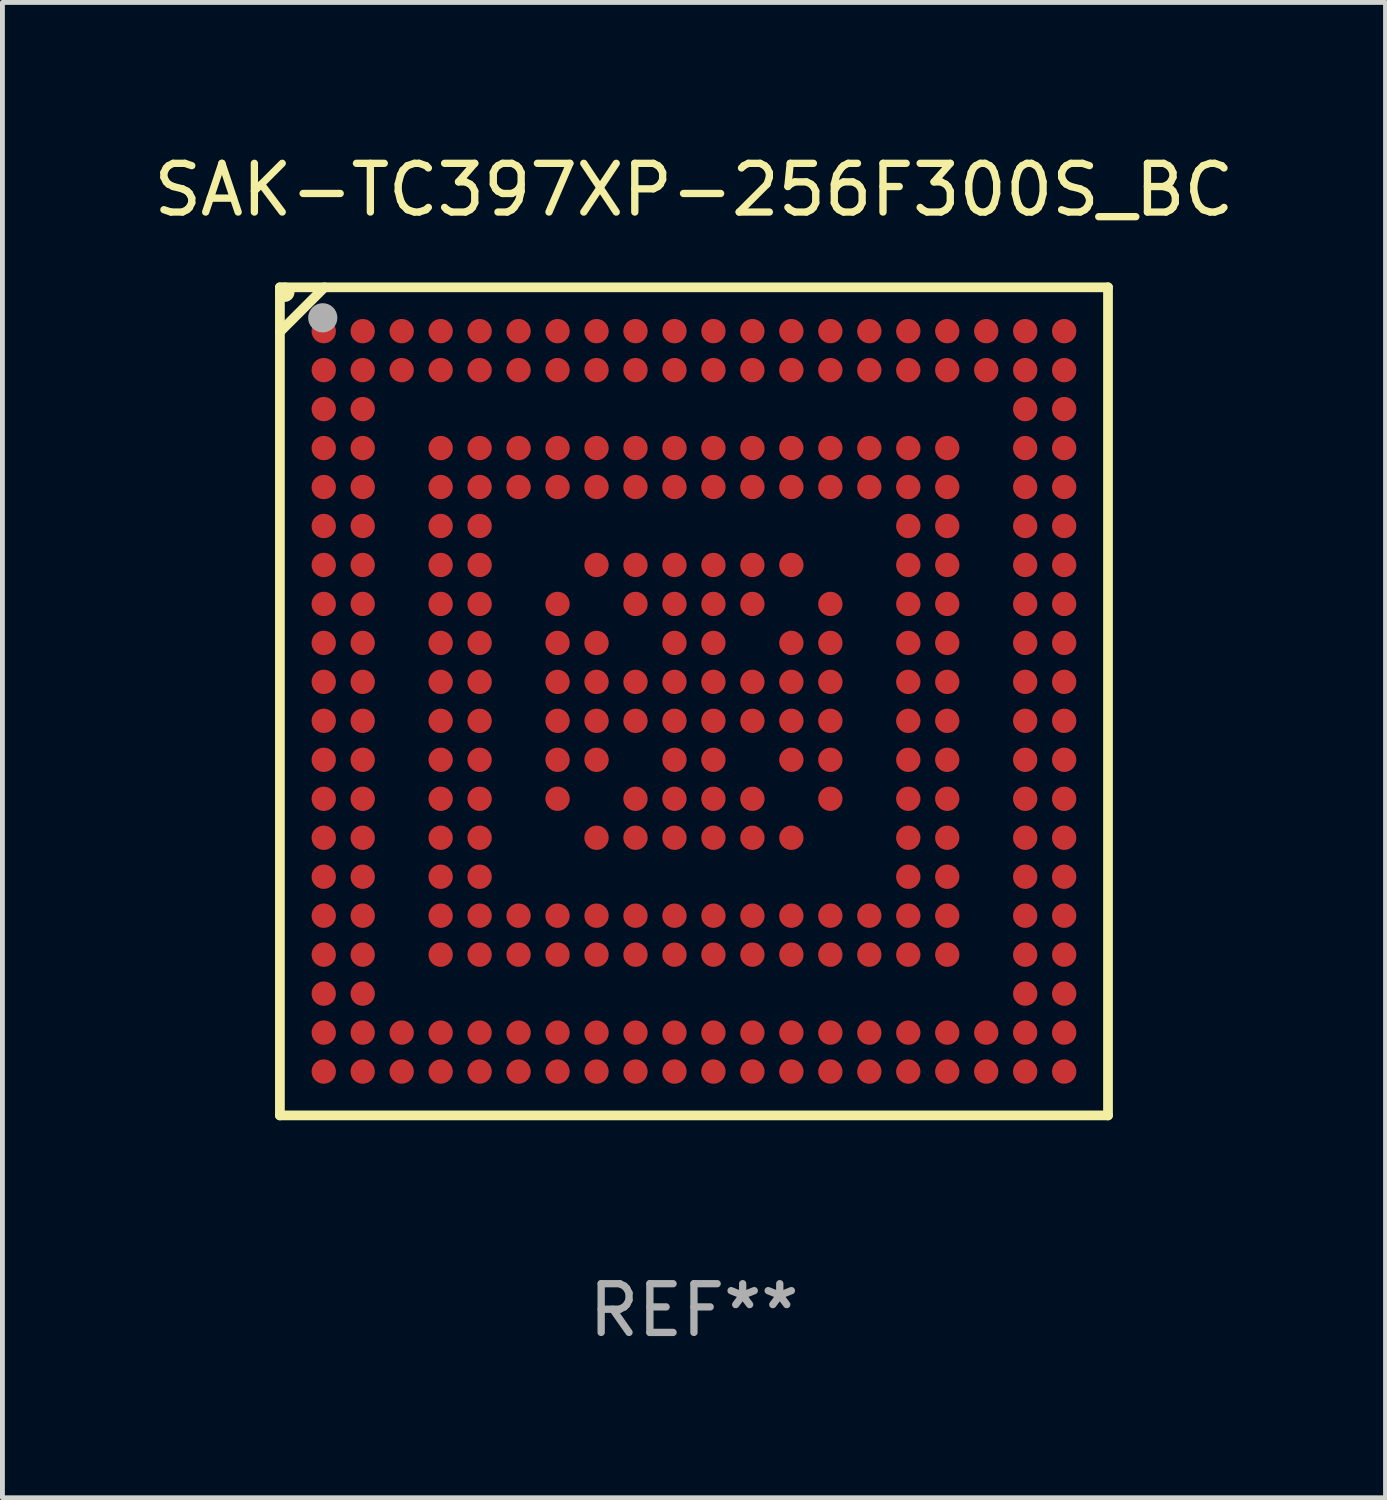
<source format=kicad_pcb>
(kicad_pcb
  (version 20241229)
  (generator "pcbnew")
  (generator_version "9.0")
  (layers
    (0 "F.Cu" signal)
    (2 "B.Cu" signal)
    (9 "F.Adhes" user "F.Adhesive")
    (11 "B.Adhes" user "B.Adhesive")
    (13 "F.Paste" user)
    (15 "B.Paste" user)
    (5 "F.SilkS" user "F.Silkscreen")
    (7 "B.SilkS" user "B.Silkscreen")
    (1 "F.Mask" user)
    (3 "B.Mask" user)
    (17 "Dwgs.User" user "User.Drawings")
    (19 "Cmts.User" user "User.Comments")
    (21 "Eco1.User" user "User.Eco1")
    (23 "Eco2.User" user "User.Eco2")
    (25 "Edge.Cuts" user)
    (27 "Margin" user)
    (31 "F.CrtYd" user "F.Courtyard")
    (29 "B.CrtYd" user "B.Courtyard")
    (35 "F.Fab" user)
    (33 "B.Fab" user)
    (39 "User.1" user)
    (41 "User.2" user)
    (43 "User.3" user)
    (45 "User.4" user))
  (footprint "SAK-TC397XP-256F300S_BC"
    (layer "F.Cu")
    (at 11.196 11.348)
    (property "Reference" "SAK-TC397XP-256F300S_BC" (at 0 -10.5 0) (layer "F.SilkS") (effects (font (size 1 1) (thickness 0.15))))
    (attr through_hole)
    (fp_line (start -8.5 -8.5) (end -8.5 8.5) (stroke (width 0.2) (type solid)) (layer "F.SilkS"))
    (fp_line (start -8.5 -7.584) (end -7.584 -8.5) (stroke (width 0.2) (type solid)) (layer "F.SilkS"))
    (fp_line (start -8.5 8.5) (end 8.5 8.5) (stroke (width 0.2) (type solid)) (layer "F.SilkS"))
    (fp_line (start 8.5 -8.5) (end -8.5 -8.5) (stroke (width 0.2) (type solid)) (layer "F.SilkS"))
    (fp_line (start 8.5 8.5) (end 8.5 -8.5) (stroke (width 0.2) (type solid)) (layer "F.SilkS"))
    (fp_circle (center -8.4 -8.4) (end -8.3 -8.4) (stroke (width 0.2) (type solid)) (fill no) (layer "F.SilkS"))
    (fp_circle (center -7.62 -7.874) (end -7.47 -7.874) (stroke (width 0.3) (type solid)) (fill no) (layer "F.Fab"))
    (fp_text user "REF**" (at 0 12.5 0) (layer "F.Fab") (effects (font (size 1 1) (thickness 0.15))))
    (pad "A1" smd circle (at -7.6 -7.6) (size 0.5 0.5) (layers "F.Cu" "F.Mask" "F.Paste"))
    (pad "A2" smd circle (at -6.8 -7.6) (size 0.5 0.5) (layers "F.Cu" "F.Mask" "F.Paste"))
    (pad "A3" smd circle (at -6 -7.6) (size 0.5 0.5) (layers "F.Cu" "F.Mask" "F.Paste"))
    (pad "A4" smd circle (at -5.2 -7.6) (size 0.5 0.5) (layers "F.Cu" "F.Mask" "F.Paste"))
    (pad "A5" smd circle (at -4.4 -7.6) (size 0.5 0.5) (layers "F.Cu" "F.Mask" "F.Paste"))
    (pad "A6" smd circle (at -3.6 -7.6) (size 0.5 0.5) (layers "F.Cu" "F.Mask" "F.Paste"))
    (pad "A7" smd circle (at -2.8 -7.6) (size 0.5 0.5) (layers "F.Cu" "F.Mask" "F.Paste"))
    (pad "A8" smd circle (at -2 -7.6) (size 0.5 0.5) (layers "F.Cu" "F.Mask" "F.Paste"))
    (pad "A9" smd circle (at -1.2 -7.6) (size 0.5 0.5) (layers "F.Cu" "F.Mask" "F.Paste"))
    (pad "A10" smd circle (at -0.4 -7.6) (size 0.5 0.5) (layers "F.Cu" "F.Mask" "F.Paste"))
    (pad "A11" smd circle (at 0.4 -7.6) (size 0.5 0.5) (layers "F.Cu" "F.Mask" "F.Paste"))
    (pad "A12" smd circle (at 1.2 -7.6) (size 0.5 0.5) (layers "F.Cu" "F.Mask" "F.Paste"))
    (pad "A13" smd circle (at 2 -7.6) (size 0.5 0.5) (layers "F.Cu" "F.Mask" "F.Paste"))
    (pad "A14" smd circle (at 2.8 -7.6) (size 0.5 0.5) (layers "F.Cu" "F.Mask" "F.Paste"))
    (pad "A15" smd circle (at 3.6 -7.6) (size 0.5 0.5) (layers "F.Cu" "F.Mask" "F.Paste"))
    (pad "A16" smd circle (at 4.4 -7.6) (size 0.5 0.5) (layers "F.Cu" "F.Mask" "F.Paste"))
    (pad "A17" smd circle (at 5.2 -7.6) (size 0.5 0.5) (layers "F.Cu" "F.Mask" "F.Paste"))
    (pad "A18" smd circle (at 6 -7.6) (size 0.5 0.5) (layers "F.Cu" "F.Mask" "F.Paste"))
    (pad "A19" smd circle (at 6.8 -7.6) (size 0.5 0.5) (layers "F.Cu" "F.Mask" "F.Paste"))
    (pad "A20" smd circle (at 7.6 -7.6) (size 0.5 0.5) (layers "F.Cu" "F.Mask" "F.Paste"))
    (pad "B1" smd circle (at -7.6 -6.8) (size 0.5 0.5) (layers "F.Cu" "F.Mask" "F.Paste"))
    (pad "B2" smd circle (at -6.8 -6.8) (size 0.5 0.5) (layers "F.Cu" "F.Mask" "F.Paste"))
    (pad "B3" smd circle (at -6 -6.8) (size 0.5 0.5) (layers "F.Cu" "F.Mask" "F.Paste"))
    (pad "B4" smd circle (at -5.2 -6.8) (size 0.5 0.5) (layers "F.Cu" "F.Mask" "F.Paste"))
    (pad "B5" smd circle (at -4.4 -6.8) (size 0.5 0.5) (layers "F.Cu" "F.Mask" "F.Paste"))
    (pad "B6" smd circle (at -3.6 -6.8) (size 0.5 0.5) (layers "F.Cu" "F.Mask" "F.Paste"))
    (pad "B7" smd circle (at -2.8 -6.8) (size 0.5 0.5) (layers "F.Cu" "F.Mask" "F.Paste"))
    (pad "B8" smd circle (at -2 -6.8) (size 0.5 0.5) (layers "F.Cu" "F.Mask" "F.Paste"))
    (pad "B9" smd circle (at -1.2 -6.8) (size 0.5 0.5) (layers "F.Cu" "F.Mask" "F.Paste"))
    (pad "B10" smd circle (at -0.4 -6.8) (size 0.5 0.5) (layers "F.Cu" "F.Mask" "F.Paste"))
    (pad "B11" smd circle (at 0.4 -6.8) (size 0.5 0.5) (layers "F.Cu" "F.Mask" "F.Paste"))
    (pad "B12" smd circle (at 1.2 -6.8) (size 0.5 0.5) (layers "F.Cu" "F.Mask" "F.Paste"))
    (pad "B13" smd circle (at 2 -6.8) (size 0.5 0.5) (layers "F.Cu" "F.Mask" "F.Paste"))
    (pad "B14" smd circle (at 2.8 -6.8) (size 0.5 0.5) (layers "F.Cu" "F.Mask" "F.Paste"))
    (pad "B15" smd circle (at 3.6 -6.8) (size 0.5 0.5) (layers "F.Cu" "F.Mask" "F.Paste"))
    (pad "B16" smd circle (at 4.4 -6.8) (size 0.5 0.5) (layers "F.Cu" "F.Mask" "F.Paste"))
    (pad "B17" smd circle (at 5.2 -6.8) (size 0.5 0.5) (layers "F.Cu" "F.Mask" "F.Paste"))
    (pad "B18" smd circle (at 6 -6.8) (size 0.5 0.5) (layers "F.Cu" "F.Mask" "F.Paste"))
    (pad "B19" smd circle (at 6.8 -6.8) (size 0.5 0.5) (layers "F.Cu" "F.Mask" "F.Paste"))
    (pad "B20" smd circle (at 7.6 -6.8) (size 0.5 0.5) (layers "F.Cu" "F.Mask" "F.Paste"))
    (pad "C1" smd circle (at -7.6 -6) (size 0.5 0.5) (layers "F.Cu" "F.Mask" "F.Paste"))
    (pad "C2" smd circle (at -6.8 -6) (size 0.5 0.5) (layers "F.Cu" "F.Mask" "F.Paste"))
    (pad "C19" smd circle (at 6.8 -6) (size 0.5 0.5) (layers "F.Cu" "F.Mask" "F.Paste"))
    (pad "C20" smd circle (at 7.6 -6) (size 0.5 0.5) (layers "F.Cu" "F.Mask" "F.Paste"))
    (pad "D1" smd circle (at -7.6 -5.2) (size 0.5 0.5) (layers "F.Cu" "F.Mask" "F.Paste"))
    (pad "D2" smd circle (at -6.8 -5.2) (size 0.5 0.5) (layers "F.Cu" "F.Mask" "F.Paste"))
    (pad "D4" smd circle (at -5.2 -5.2) (size 0.5 0.5) (layers "F.Cu" "F.Mask" "F.Paste"))
    (pad "D5" smd circle (at -4.4 -5.2) (size 0.5 0.5) (layers "F.Cu" "F.Mask" "F.Paste"))
    (pad "D6" smd circle (at -3.6 -5.2) (size 0.5 0.5) (layers "F.Cu" "F.Mask" "F.Paste"))
    (pad "D7" smd circle (at -2.8 -5.2) (size 0.5 0.5) (layers "F.Cu" "F.Mask" "F.Paste"))
    (pad "D8" smd circle (at -2 -5.2) (size 0.5 0.5) (layers "F.Cu" "F.Mask" "F.Paste"))
    (pad "D9" smd circle (at -1.2 -5.2) (size 0.5 0.5) (layers "F.Cu" "F.Mask" "F.Paste"))
    (pad "D10" smd circle (at -0.4 -5.2) (size 0.5 0.5) (layers "F.Cu" "F.Mask" "F.Paste"))
    (pad "D11" smd circle (at 0.4 -5.2) (size 0.5 0.5) (layers "F.Cu" "F.Mask" "F.Paste"))
    (pad "D12" smd circle (at 1.2 -5.2) (size 0.5 0.5) (layers "F.Cu" "F.Mask" "F.Paste"))
    (pad "D13" smd circle (at 2 -5.2) (size 0.5 0.5) (layers "F.Cu" "F.Mask" "F.Paste"))
    (pad "D14" smd circle (at 2.8 -5.2) (size 0.5 0.5) (layers "F.Cu" "F.Mask" "F.Paste"))
    (pad "D15" smd circle (at 3.6 -5.2) (size 0.5 0.5) (layers "F.Cu" "F.Mask" "F.Paste"))
    (pad "D16" smd circle (at 4.4 -5.2) (size 0.5 0.5) (layers "F.Cu" "F.Mask" "F.Paste"))
    (pad "D17" smd circle (at 5.2 -5.2) (size 0.5 0.5) (layers "F.Cu" "F.Mask" "F.Paste"))
    (pad "D19" smd circle (at 6.8 -5.2) (size 0.5 0.5) (layers "F.Cu" "F.Mask" "F.Paste"))
    (pad "D20" smd circle (at 7.6 -5.2) (size 0.5 0.5) (layers "F.Cu" "F.Mask" "F.Paste"))
    (pad "E1" smd circle (at -7.6 -4.4) (size 0.5 0.5) (layers "F.Cu" "F.Mask" "F.Paste"))
    (pad "E2" smd circle (at -6.8 -4.4) (size 0.5 0.5) (layers "F.Cu" "F.Mask" "F.Paste"))
    (pad "E4" smd circle (at -5.2 -4.4) (size 0.5 0.5) (layers "F.Cu" "F.Mask" "F.Paste"))
    (pad "E5" smd circle (at -4.4 -4.4) (size 0.5 0.5) (layers "F.Cu" "F.Mask" "F.Paste"))
    (pad "E6" smd circle (at -3.6 -4.4) (size 0.5 0.5) (layers "F.Cu" "F.Mask" "F.Paste"))
    (pad "E7" smd circle (at -2.8 -4.4) (size 0.5 0.5) (layers "F.Cu" "F.Mask" "F.Paste"))
    (pad "E8" smd circle (at -2 -4.4) (size 0.5 0.5) (layers "F.Cu" "F.Mask" "F.Paste"))
    (pad "E9" smd circle (at -1.2 -4.4) (size 0.5 0.5) (layers "F.Cu" "F.Mask" "F.Paste"))
    (pad "E10" smd circle (at -0.4 -4.4) (size 0.5 0.5) (layers "F.Cu" "F.Mask" "F.Paste"))
    (pad "E11" smd circle (at 0.4 -4.4) (size 0.5 0.5) (layers "F.Cu" "F.Mask" "F.Paste"))
    (pad "E12" smd circle (at 1.2 -4.4) (size 0.5 0.5) (layers "F.Cu" "F.Mask" "F.Paste"))
    (pad "E13" smd circle (at 2 -4.4) (size 0.5 0.5) (layers "F.Cu" "F.Mask" "F.Paste"))
    (pad "E14" smd circle (at 2.8 -4.4) (size 0.5 0.5) (layers "F.Cu" "F.Mask" "F.Paste"))
    (pad "E15" smd circle (at 3.6 -4.4) (size 0.5 0.5) (layers "F.Cu" "F.Mask" "F.Paste"))
    (pad "E16" smd circle (at 4.4 -4.4) (size 0.5 0.5) (layers "F.Cu" "F.Mask" "F.Paste"))
    (pad "E17" smd circle (at 5.2 -4.4) (size 0.5 0.5) (layers "F.Cu" "F.Mask" "F.Paste"))
    (pad "E19" smd circle (at 6.8 -4.4) (size 0.5 0.5) (layers "F.Cu" "F.Mask" "F.Paste"))
    (pad "E20" smd circle (at 7.6 -4.4) (size 0.5 0.5) (layers "F.Cu" "F.Mask" "F.Paste"))
    (pad "F1" smd circle (at -7.6 -3.6) (size 0.5 0.5) (layers "F.Cu" "F.Mask" "F.Paste"))
    (pad "F2" smd circle (at -6.8 -3.6) (size 0.5 0.5) (layers "F.Cu" "F.Mask" "F.Paste"))
    (pad "F4" smd circle (at -5.2 -3.6) (size 0.5 0.5) (layers "F.Cu" "F.Mask" "F.Paste"))
    (pad "F5" smd circle (at -4.4 -3.6) (size 0.5 0.5) (layers "F.Cu" "F.Mask" "F.Paste"))
    (pad "F16" smd circle (at 4.4 -3.6) (size 0.5 0.5) (layers "F.Cu" "F.Mask" "F.Paste"))
    (pad "F17" smd circle (at 5.2 -3.6) (size 0.5 0.5) (layers "F.Cu" "F.Mask" "F.Paste"))
    (pad "F19" smd circle (at 6.8 -3.6) (size 0.5 0.5) (layers "F.Cu" "F.Mask" "F.Paste"))
    (pad "F20" smd circle (at 7.6 -3.6) (size 0.5 0.5) (layers "F.Cu" "F.Mask" "F.Paste"))
    (pad "G1" smd circle (at -7.6 -2.8) (size 0.5 0.5) (layers "F.Cu" "F.Mask" "F.Paste"))
    (pad "G2" smd circle (at -6.8 -2.8) (size 0.5 0.5) (layers "F.Cu" "F.Mask" "F.Paste"))
    (pad "G4" smd circle (at -5.2 -2.8) (size 0.5 0.5) (layers "F.Cu" "F.Mask" "F.Paste"))
    (pad "G5" smd circle (at -4.4 -2.8) (size 0.5 0.5) (layers "F.Cu" "F.Mask" "F.Paste"))
    (pad "G8" smd circle (at -2 -2.8) (size 0.5 0.5) (layers "F.Cu" "F.Mask" "F.Paste"))
    (pad "G9" smd circle (at -1.2 -2.8) (size 0.5 0.5) (layers "F.Cu" "F.Mask" "F.Paste"))
    (pad "G10" smd circle (at -0.4 -2.8) (size 0.5 0.5) (layers "F.Cu" "F.Mask" "F.Paste"))
    (pad "G11" smd circle (at 0.4 -2.8) (size 0.5 0.5) (layers "F.Cu" "F.Mask" "F.Paste"))
    (pad "G12" smd circle (at 1.2 -2.8) (size 0.5 0.5) (layers "F.Cu" "F.Mask" "F.Paste"))
    (pad "G13" smd circle (at 2 -2.8) (size 0.5 0.5) (layers "F.Cu" "F.Mask" "F.Paste"))
    (pad "G16" smd circle (at 4.4 -2.8) (size 0.5 0.5) (layers "F.Cu" "F.Mask" "F.Paste"))
    (pad "G17" smd circle (at 5.2 -2.8) (size 0.5 0.5) (layers "F.Cu" "F.Mask" "F.Paste"))
    (pad "G19" smd circle (at 6.8 -2.8) (size 0.5 0.5) (layers "F.Cu" "F.Mask" "F.Paste"))
    (pad "G20" smd circle (at 7.6 -2.8) (size 0.5 0.5) (layers "F.Cu" "F.Mask" "F.Paste"))
    (pad "H1" smd circle (at -7.6 -2) (size 0.5 0.5) (layers "F.Cu" "F.Mask" "F.Paste"))
    (pad "H2" smd circle (at -6.8 -2) (size 0.5 0.5) (layers "F.Cu" "F.Mask" "F.Paste"))
    (pad "H4" smd circle (at -5.2 -2) (size 0.5 0.5) (layers "F.Cu" "F.Mask" "F.Paste"))
    (pad "H5" smd circle (at -4.4 -2) (size 0.5 0.5) (layers "F.Cu" "F.Mask" "F.Paste"))
    (pad "H7" smd circle (at -2.8 -2) (size 0.5 0.5) (layers "F.Cu" "F.Mask" "F.Paste"))
    (pad "H9" smd circle (at -1.2 -2) (size 0.5 0.5) (layers "F.Cu" "F.Mask" "F.Paste"))
    (pad "H10" smd circle (at -0.4 -2) (size 0.5 0.5) (layers "F.Cu" "F.Mask" "F.Paste"))
    (pad "H11" smd circle (at 0.4 -2) (size 0.5 0.5) (layers "F.Cu" "F.Mask" "F.Paste"))
    (pad "H12" smd circle (at 1.2 -2) (size 0.5 0.5) (layers "F.Cu" "F.Mask" "F.Paste"))
    (pad "H14" smd circle (at 2.8 -2) (size 0.5 0.5) (layers "F.Cu" "F.Mask" "F.Paste"))
    (pad "H16" smd circle (at 4.4 -2) (size 0.5 0.5) (layers "F.Cu" "F.Mask" "F.Paste"))
    (pad "H17" smd circle (at 5.2 -2) (size 0.5 0.5) (layers "F.Cu" "F.Mask" "F.Paste"))
    (pad "H19" smd circle (at 6.8 -2) (size 0.5 0.5) (layers "F.Cu" "F.Mask" "F.Paste"))
    (pad "H20" smd circle (at 7.6 -2) (size 0.5 0.5) (layers "F.Cu" "F.Mask" "F.Paste"))
    (pad "J1" smd circle (at -7.6 -1.2) (size 0.5 0.5) (layers "F.Cu" "F.Mask" "F.Paste"))
    (pad "J2" smd circle (at -6.8 -1.2) (size 0.5 0.5) (layers "F.Cu" "F.Mask" "F.Paste"))
    (pad "J4" smd circle (at -5.2 -1.2) (size 0.5 0.5) (layers "F.Cu" "F.Mask" "F.Paste"))
    (pad "J5" smd circle (at -4.4 -1.2) (size 0.5 0.5) (layers "F.Cu" "F.Mask" "F.Paste"))
    (pad "J7" smd circle (at -2.8 -1.2) (size 0.5 0.5) (layers "F.Cu" "F.Mask" "F.Paste"))
    (pad "J8" smd circle (at -2 -1.2) (size 0.5 0.5) (layers "F.Cu" "F.Mask" "F.Paste"))
    (pad "J10" smd circle (at -0.4 -1.2) (size 0.5 0.5) (layers "F.Cu" "F.Mask" "F.Paste"))
    (pad "J11" smd circle (at 0.4 -1.2) (size 0.5 0.5) (layers "F.Cu" "F.Mask" "F.Paste"))
    (pad "J13" smd circle (at 2 -1.2) (size 0.5 0.5) (layers "F.Cu" "F.Mask" "F.Paste"))
    (pad "J14" smd circle (at 2.8 -1.2) (size 0.5 0.5) (layers "F.Cu" "F.Mask" "F.Paste"))
    (pad "J16" smd circle (at 4.4 -1.2) (size 0.5 0.5) (layers "F.Cu" "F.Mask" "F.Paste"))
    (pad "J17" smd circle (at 5.2 -1.2) (size 0.5 0.5) (layers "F.Cu" "F.Mask" "F.Paste"))
    (pad "J19" smd circle (at 6.8 -1.2) (size 0.5 0.5) (layers "F.Cu" "F.Mask" "F.Paste"))
    (pad "J20" smd circle (at 7.6 -1.2) (size 0.5 0.5) (layers "F.Cu" "F.Mask" "F.Paste"))
    (pad "K1" smd circle (at -7.6 -0.4) (size 0.5 0.5) (layers "F.Cu" "F.Mask" "F.Paste"))
    (pad "K2" smd circle (at -6.8 -0.4) (size 0.5 0.5) (layers "F.Cu" "F.Mask" "F.Paste"))
    (pad "K4" smd circle (at -5.2 -0.4) (size 0.5 0.5) (layers "F.Cu" "F.Mask" "F.Paste"))
    (pad "K5" smd circle (at -4.4 -0.4) (size 0.5 0.5) (layers "F.Cu" "F.Mask" "F.Paste"))
    (pad "K7" smd circle (at -2.8 -0.4) (size 0.5 0.5) (layers "F.Cu" "F.Mask" "F.Paste"))
    (pad "K8" smd circle (at -2 -0.4) (size 0.5 0.5) (layers "F.Cu" "F.Mask" "F.Paste"))
    (pad "K9" smd circle (at -1.2 -0.4) (size 0.5 0.5) (layers "F.Cu" "F.Mask" "F.Paste"))
    (pad "K10" smd circle (at -0.4 -0.4) (size 0.5 0.5) (layers "F.Cu" "F.Mask" "F.Paste"))
    (pad "K11" smd circle (at 0.4 -0.4) (size 0.5 0.5) (layers "F.Cu" "F.Mask" "F.Paste"))
    (pad "K12" smd circle (at 1.2 -0.4) (size 0.5 0.5) (layers "F.Cu" "F.Mask" "F.Paste"))
    (pad "K13" smd circle (at 2 -0.4) (size 0.5 0.5) (layers "F.Cu" "F.Mask" "F.Paste"))
    (pad "K14" smd circle (at 2.8 -0.4) (size 0.5 0.5) (layers "F.Cu" "F.Mask" "F.Paste"))
    (pad "K16" smd circle (at 4.4 -0.4) (size 0.5 0.5) (layers "F.Cu" "F.Mask" "F.Paste"))
    (pad "K17" smd circle (at 5.2 -0.4) (size 0.5 0.5) (layers "F.Cu" "F.Mask" "F.Paste"))
    (pad "K19" smd circle (at 6.8 -0.4) (size 0.5 0.5) (layers "F.Cu" "F.Mask" "F.Paste"))
    (pad "K20" smd circle (at 7.6 -0.4) (size 0.5 0.5) (layers "F.Cu" "F.Mask" "F.Paste"))
    (pad "L1" smd circle (at -7.6 0.4) (size 0.5 0.5) (layers "F.Cu" "F.Mask" "F.Paste"))
    (pad "L2" smd circle (at -6.8 0.4) (size 0.5 0.5) (layers "F.Cu" "F.Mask" "F.Paste"))
    (pad "L4" smd circle (at -5.2 0.4) (size 0.5 0.5) (layers "F.Cu" "F.Mask" "F.Paste"))
    (pad "L5" smd circle (at -4.4 0.4) (size 0.5 0.5) (layers "F.Cu" "F.Mask" "F.Paste"))
    (pad "L7" smd circle (at -2.8 0.4) (size 0.5 0.5) (layers "F.Cu" "F.Mask" "F.Paste"))
    (pad "L8" smd circle (at -2 0.4) (size 0.5 0.5) (layers "F.Cu" "F.Mask" "F.Paste"))
    (pad "L9" smd circle (at -1.2 0.4) (size 0.5 0.5) (layers "F.Cu" "F.Mask" "F.Paste"))
    (pad "L10" smd circle (at -0.4 0.4) (size 0.5 0.5) (layers "F.Cu" "F.Mask" "F.Paste"))
    (pad "L11" smd circle (at 0.4 0.4) (size 0.5 0.5) (layers "F.Cu" "F.Mask" "F.Paste"))
    (pad "L12" smd circle (at 1.2 0.4) (size 0.5 0.5) (layers "F.Cu" "F.Mask" "F.Paste"))
    (pad "L13" smd circle (at 2 0.4) (size 0.5 0.5) (layers "F.Cu" "F.Mask" "F.Paste"))
    (pad "L14" smd circle (at 2.8 0.4) (size 0.5 0.5) (layers "F.Cu" "F.Mask" "F.Paste"))
    (pad "L16" smd circle (at 4.4 0.4) (size 0.5 0.5) (layers "F.Cu" "F.Mask" "F.Paste"))
    (pad "L17" smd circle (at 5.2 0.4) (size 0.5 0.5) (layers "F.Cu" "F.Mask" "F.Paste"))
    (pad "L19" smd circle (at 6.8 0.4) (size 0.5 0.5) (layers "F.Cu" "F.Mask" "F.Paste"))
    (pad "L20" smd circle (at 7.6 0.4) (size 0.5 0.5) (layers "F.Cu" "F.Mask" "F.Paste"))
    (pad "M1" smd circle (at -7.6 1.2) (size 0.5 0.5) (layers "F.Cu" "F.Mask" "F.Paste"))
    (pad "M2" smd circle (at -6.8 1.2) (size 0.5 0.5) (layers "F.Cu" "F.Mask" "F.Paste"))
    (pad "M4" smd circle (at -5.2 1.2) (size 0.5 0.5) (layers "F.Cu" "F.Mask" "F.Paste"))
    (pad "M5" smd circle (at -4.4 1.2) (size 0.5 0.5) (layers "F.Cu" "F.Mask" "F.Paste"))
    (pad "M7" smd circle (at -2.8 1.2) (size 0.5 0.5) (layers "F.Cu" "F.Mask" "F.Paste"))
    (pad "M8" smd circle (at -2 1.2) (size 0.5 0.5) (layers "F.Cu" "F.Mask" "F.Paste"))
    (pad "M10" smd circle (at -0.4 1.2) (size 0.5 0.5) (layers "F.Cu" "F.Mask" "F.Paste"))
    (pad "M11" smd circle (at 0.4 1.2) (size 0.5 0.5) (layers "F.Cu" "F.Mask" "F.Paste"))
    (pad "M13" smd circle (at 2 1.2) (size 0.5 0.5) (layers "F.Cu" "F.Mask" "F.Paste"))
    (pad "M14" smd circle (at 2.8 1.2) (size 0.5 0.5) (layers "F.Cu" "F.Mask" "F.Paste"))
    (pad "M16" smd circle (at 4.4 1.2) (size 0.5 0.5) (layers "F.Cu" "F.Mask" "F.Paste"))
    (pad "M17" smd circle (at 5.2 1.2) (size 0.5 0.5) (layers "F.Cu" "F.Mask" "F.Paste"))
    (pad "M19" smd circle (at 6.8 1.2) (size 0.5 0.5) (layers "F.Cu" "F.Mask" "F.Paste"))
    (pad "M20" smd circle (at 7.6 1.2) (size 0.5 0.5) (layers "F.Cu" "F.Mask" "F.Paste"))
    (pad "N1" smd circle (at -7.6 2) (size 0.5 0.5) (layers "F.Cu" "F.Mask" "F.Paste"))
    (pad "N2" smd circle (at -6.8 2) (size 0.5 0.5) (layers "F.Cu" "F.Mask" "F.Paste"))
    (pad "N4" smd circle (at -5.2 2) (size 0.5 0.5) (layers "F.Cu" "F.Mask" "F.Paste"))
    (pad "N5" smd circle (at -4.4 2) (size 0.5 0.5) (layers "F.Cu" "F.Mask" "F.Paste"))
    (pad "N7" smd circle (at -2.8 2) (size 0.5 0.5) (layers "F.Cu" "F.Mask" "F.Paste"))
    (pad "N9" smd circle (at -1.2 2) (size 0.5 0.5) (layers "F.Cu" "F.Mask" "F.Paste"))
    (pad "N10" smd circle (at -0.4 2) (size 0.5 0.5) (layers "F.Cu" "F.Mask" "F.Paste"))
    (pad "N11" smd circle (at 0.4 2) (size 0.5 0.5) (layers "F.Cu" "F.Mask" "F.Paste"))
    (pad "N12" smd circle (at 1.2 2) (size 0.5 0.5) (layers "F.Cu" "F.Mask" "F.Paste"))
    (pad "N14" smd circle (at 2.8 2) (size 0.5 0.5) (layers "F.Cu" "F.Mask" "F.Paste"))
    (pad "N16" smd circle (at 4.4 2) (size 0.5 0.5) (layers "F.Cu" "F.Mask" "F.Paste"))
    (pad "N17" smd circle (at 5.2 2) (size 0.5 0.5) (layers "F.Cu" "F.Mask" "F.Paste"))
    (pad "N19" smd circle (at 6.8 2) (size 0.5 0.5) (layers "F.Cu" "F.Mask" "F.Paste"))
    (pad "N20" smd circle (at 7.6 2) (size 0.5 0.5) (layers "F.Cu" "F.Mask" "F.Paste"))
    (pad "P1" smd circle (at -7.6 2.8) (size 0.5 0.5) (layers "F.Cu" "F.Mask" "F.Paste"))
    (pad "P2" smd circle (at -6.8 2.8) (size 0.5 0.5) (layers "F.Cu" "F.Mask" "F.Paste"))
    (pad "P4" smd circle (at -5.2 2.8) (size 0.5 0.5) (layers "F.Cu" "F.Mask" "F.Paste"))
    (pad "P5" smd circle (at -4.4 2.8) (size 0.5 0.5) (layers "F.Cu" "F.Mask" "F.Paste"))
    (pad "P8" smd circle (at -2 2.8) (size 0.5 0.5) (layers "F.Cu" "F.Mask" "F.Paste"))
    (pad "P9" smd circle (at -1.2 2.8) (size 0.5 0.5) (layers "F.Cu" "F.Mask" "F.Paste"))
    (pad "P10" smd circle (at -0.4 2.8) (size 0.5 0.5) (layers "F.Cu" "F.Mask" "F.Paste"))
    (pad "P11" smd circle (at 0.4 2.8) (size 0.5 0.5) (layers "F.Cu" "F.Mask" "F.Paste"))
    (pad "P12" smd circle (at 1.2 2.8) (size 0.5 0.5) (layers "F.Cu" "F.Mask" "F.Paste"))
    (pad "P13" smd circle (at 2 2.8) (size 0.5 0.5) (layers "F.Cu" "F.Mask" "F.Paste"))
    (pad "P16" smd circle (at 4.4 2.8) (size 0.5 0.5) (layers "F.Cu" "F.Mask" "F.Paste"))
    (pad "P17" smd circle (at 5.2 2.8) (size 0.5 0.5) (layers "F.Cu" "F.Mask" "F.Paste"))
    (pad "P19" smd circle (at 6.8 2.8) (size 0.5 0.5) (layers "F.Cu" "F.Mask" "F.Paste"))
    (pad "P20" smd circle (at 7.6 2.8) (size 0.5 0.5) (layers "F.Cu" "F.Mask" "F.Paste"))
    (pad "R1" smd circle (at -7.6 3.6) (size 0.5 0.5) (layers "F.Cu" "F.Mask" "F.Paste"))
    (pad "R2" smd circle (at -6.8 3.6) (size 0.5 0.5) (layers "F.Cu" "F.Mask" "F.Paste"))
    (pad "R4" smd circle (at -5.2 3.6) (size 0.5 0.5) (layers "F.Cu" "F.Mask" "F.Paste"))
    (pad "R5" smd circle (at -4.4 3.6) (size 0.5 0.5) (layers "F.Cu" "F.Mask" "F.Paste"))
    (pad "R16" smd circle (at 4.4 3.6) (size 0.5 0.5) (layers "F.Cu" "F.Mask" "F.Paste"))
    (pad "R17" smd circle (at 5.2 3.6) (size 0.5 0.5) (layers "F.Cu" "F.Mask" "F.Paste"))
    (pad "R19" smd circle (at 6.8 3.6) (size 0.5 0.5) (layers "F.Cu" "F.Mask" "F.Paste"))
    (pad "R20" smd circle (at 7.6 3.6) (size 0.5 0.5) (layers "F.Cu" "F.Mask" "F.Paste"))
    (pad "T1" smd circle (at -7.6 4.4) (size 0.5 0.5) (layers "F.Cu" "F.Mask" "F.Paste"))
    (pad "T2" smd circle (at -6.8 4.4) (size 0.5 0.5) (layers "F.Cu" "F.Mask" "F.Paste"))
    (pad "T4" smd circle (at -5.2 4.4) (size 0.5 0.5) (layers "F.Cu" "F.Mask" "F.Paste"))
    (pad "T5" smd circle (at -4.4 4.4) (size 0.5 0.5) (layers "F.Cu" "F.Mask" "F.Paste"))
    (pad "T6" smd circle (at -3.6 4.4) (size 0.5 0.5) (layers "F.Cu" "F.Mask" "F.Paste"))
    (pad "T7" smd circle (at -2.8 4.4) (size 0.5 0.5) (layers "F.Cu" "F.Mask" "F.Paste"))
    (pad "T8" smd circle (at -2 4.4) (size 0.5 0.5) (layers "F.Cu" "F.Mask" "F.Paste"))
    (pad "T9" smd circle (at -1.2 4.4) (size 0.5 0.5) (layers "F.Cu" "F.Mask" "F.Paste"))
    (pad "T10" smd circle (at -0.4 4.4) (size 0.5 0.5) (layers "F.Cu" "F.Mask" "F.Paste"))
    (pad "T11" smd circle (at 0.4 4.4) (size 0.5 0.5) (layers "F.Cu" "F.Mask" "F.Paste"))
    (pad "T12" smd circle (at 1.2 4.4) (size 0.5 0.5) (layers "F.Cu" "F.Mask" "F.Paste"))
    (pad "T13" smd circle (at 2 4.4) (size 0.5 0.5) (layers "F.Cu" "F.Mask" "F.Paste"))
    (pad "T14" smd circle (at 2.8 4.4) (size 0.5 0.5) (layers "F.Cu" "F.Mask" "F.Paste"))
    (pad "T15" smd circle (at 3.6 4.4) (size 0.5 0.5) (layers "F.Cu" "F.Mask" "F.Paste"))
    (pad "T16" smd circle (at 4.4 4.4) (size 0.5 0.5) (layers "F.Cu" "F.Mask" "F.Paste"))
    (pad "T17" smd circle (at 5.2 4.4) (size 0.5 0.5) (layers "F.Cu" "F.Mask" "F.Paste"))
    (pad "T19" smd circle (at 6.8 4.4) (size 0.5 0.5) (layers "F.Cu" "F.Mask" "F.Paste"))
    (pad "T20" smd circle (at 7.6 4.4) (size 0.5 0.5) (layers "F.Cu" "F.Mask" "F.Paste"))
    (pad "U1" smd circle (at -7.6 5.2) (size 0.5 0.5) (layers "F.Cu" "F.Mask" "F.Paste"))
    (pad "U2" smd circle (at -6.8 5.2) (size 0.5 0.5) (layers "F.Cu" "F.Mask" "F.Paste"))
    (pad "U4" smd circle (at -5.2 5.2) (size 0.5 0.5) (layers "F.Cu" "F.Mask" "F.Paste"))
    (pad "U5" smd circle (at -4.4 5.2) (size 0.5 0.5) (layers "F.Cu" "F.Mask" "F.Paste"))
    (pad "U6" smd circle (at -3.6 5.2) (size 0.5 0.5) (layers "F.Cu" "F.Mask" "F.Paste"))
    (pad "U7" smd circle (at -2.8 5.2) (size 0.5 0.5) (layers "F.Cu" "F.Mask" "F.Paste"))
    (pad "U8" smd circle (at -2 5.2) (size 0.5 0.5) (layers "F.Cu" "F.Mask" "F.Paste"))
    (pad "U9" smd circle (at -1.2 5.2) (size 0.5 0.5) (layers "F.Cu" "F.Mask" "F.Paste"))
    (pad "U10" smd circle (at -0.4 5.2) (size 0.5 0.5) (layers "F.Cu" "F.Mask" "F.Paste"))
    (pad "U11" smd circle (at 0.4 5.2) (size 0.5 0.5) (layers "F.Cu" "F.Mask" "F.Paste"))
    (pad "U12" smd circle (at 1.2 5.2) (size 0.5 0.5) (layers "F.Cu" "F.Mask" "F.Paste"))
    (pad "U13" smd circle (at 2 5.2) (size 0.5 0.5) (layers "F.Cu" "F.Mask" "F.Paste"))
    (pad "U14" smd circle (at 2.8 5.2) (size 0.5 0.5) (layers "F.Cu" "F.Mask" "F.Paste"))
    (pad "U15" smd circle (at 3.6 5.2) (size 0.5 0.5) (layers "F.Cu" "F.Mask" "F.Paste"))
    (pad "U16" smd circle (at 4.4 5.2) (size 0.5 0.5) (layers "F.Cu" "F.Mask" "F.Paste"))
    (pad "U17" smd circle (at 5.2 5.2) (size 0.5 0.5) (layers "F.Cu" "F.Mask" "F.Paste"))
    (pad "U19" smd circle (at 6.8 5.2) (size 0.5 0.5) (layers "F.Cu" "F.Mask" "F.Paste"))
    (pad "U20" smd circle (at 7.6 5.2) (size 0.5 0.5) (layers "F.Cu" "F.Mask" "F.Paste"))
    (pad "V1" smd circle (at -7.6 6) (size 0.5 0.5) (layers "F.Cu" "F.Mask" "F.Paste"))
    (pad "V2" smd circle (at -6.8 6) (size 0.5 0.5) (layers "F.Cu" "F.Mask" "F.Paste"))
    (pad "V19" smd circle (at 6.8 6) (size 0.5 0.5) (layers "F.Cu" "F.Mask" "F.Paste"))
    (pad "V20" smd circle (at 7.6 6) (size 0.5 0.5) (layers "F.Cu" "F.Mask" "F.Paste"))
    (pad "W1" smd circle (at -7.6 6.8) (size 0.5 0.5) (layers "F.Cu" "F.Mask" "F.Paste"))
    (pad "W2" smd circle (at -6.8 6.8) (size 0.5 0.5) (layers "F.Cu" "F.Mask" "F.Paste"))
    (pad "W3" smd circle (at -6 6.8) (size 0.5 0.5) (layers "F.Cu" "F.Mask" "F.Paste"))
    (pad "W4" smd circle (at -5.2 6.8) (size 0.5 0.5) (layers "F.Cu" "F.Mask" "F.Paste"))
    (pad "W5" smd circle (at -4.4 6.8) (size 0.5 0.5) (layers "F.Cu" "F.Mask" "F.Paste"))
    (pad "W6" smd circle (at -3.6 6.8) (size 0.5 0.5) (layers "F.Cu" "F.Mask" "F.Paste"))
    (pad "W7" smd circle (at -2.8 6.8) (size 0.5 0.5) (layers "F.Cu" "F.Mask" "F.Paste"))
    (pad "W8" smd circle (at -2 6.8) (size 0.5 0.5) (layers "F.Cu" "F.Mask" "F.Paste"))
    (pad "W9" smd circle (at -1.2 6.8) (size 0.5 0.5) (layers "F.Cu" "F.Mask" "F.Paste"))
    (pad "W10" smd circle (at -0.4 6.8) (size 0.5 0.5) (layers "F.Cu" "F.Mask" "F.Paste"))
    (pad "W11" smd circle (at 0.4 6.8) (size 0.5 0.5) (layers "F.Cu" "F.Mask" "F.Paste"))
    (pad "W12" smd circle (at 1.2 6.8) (size 0.5 0.5) (layers "F.Cu" "F.Mask" "F.Paste"))
    (pad "W13" smd circle (at 2 6.8) (size 0.5 0.5) (layers "F.Cu" "F.Mask" "F.Paste"))
    (pad "W14" smd circle (at 2.8 6.8) (size 0.5 0.5) (layers "F.Cu" "F.Mask" "F.Paste"))
    (pad "W15" smd circle (at 3.6 6.8) (size 0.5 0.5) (layers "F.Cu" "F.Mask" "F.Paste"))
    (pad "W16" smd circle (at 4.4 6.8) (size 0.5 0.5) (layers "F.Cu" "F.Mask" "F.Paste"))
    (pad "W17" smd circle (at 5.2 6.8) (size 0.5 0.5) (layers "F.Cu" "F.Mask" "F.Paste"))
    (pad "W18" smd circle (at 6 6.8) (size 0.5 0.5) (layers "F.Cu" "F.Mask" "F.Paste"))
    (pad "W19" smd circle (at 6.8 6.8) (size 0.5 0.5) (layers "F.Cu" "F.Mask" "F.Paste"))
    (pad "W20" smd circle (at 7.6 6.8) (size 0.5 0.5) (layers "F.Cu" "F.Mask" "F.Paste"))
    (pad "Y1" smd circle (at -7.6 7.6) (size 0.5 0.5) (layers "F.Cu" "F.Mask" "F.Paste"))
    (pad "Y2" smd circle (at -6.8 7.6) (size 0.5 0.5) (layers "F.Cu" "F.Mask" "F.Paste"))
    (pad "Y3" smd circle (at -6 7.6) (size 0.5 0.5) (layers "F.Cu" "F.Mask" "F.Paste"))
    (pad "Y4" smd circle (at -5.2 7.6) (size 0.5 0.5) (layers "F.Cu" "F.Mask" "F.Paste"))
    (pad "Y5" smd circle (at -4.4 7.6) (size 0.5 0.5) (layers "F.Cu" "F.Mask" "F.Paste"))
    (pad "Y6" smd circle (at -3.6 7.6) (size 0.5 0.5) (layers "F.Cu" "F.Mask" "F.Paste"))
    (pad "Y7" smd circle (at -2.8 7.6) (size 0.5 0.5) (layers "F.Cu" "F.Mask" "F.Paste"))
    (pad "Y8" smd circle (at -2 7.6) (size 0.5 0.5) (layers "F.Cu" "F.Mask" "F.Paste"))
    (pad "Y9" smd circle (at -1.2 7.6) (size 0.5 0.5) (layers "F.Cu" "F.Mask" "F.Paste"))
    (pad "Y10" smd circle (at -0.4 7.6) (size 0.5 0.5) (layers "F.Cu" "F.Mask" "F.Paste"))
    (pad "Y11" smd circle (at 0.4 7.6) (size 0.5 0.5) (layers "F.Cu" "F.Mask" "F.Paste"))
    (pad "Y12" smd circle (at 1.2 7.6) (size 0.5 0.5) (layers "F.Cu" "F.Mask" "F.Paste"))
    (pad "Y13" smd circle (at 2 7.6) (size 0.5 0.5) (layers "F.Cu" "F.Mask" "F.Paste"))
    (pad "Y14" smd circle (at 2.8 7.6) (size 0.5 0.5) (layers "F.Cu" "F.Mask" "F.Paste"))
    (pad "Y15" smd circle (at 3.6 7.6) (size 0.5 0.5) (layers "F.Cu" "F.Mask" "F.Paste"))
    (pad "Y16" smd circle (at 4.4 7.6) (size 0.5 0.5) (layers "F.Cu" "F.Mask" "F.Paste"))
    (pad "Y17" smd circle (at 5.2 7.6) (size 0.5 0.5) (layers "F.Cu" "F.Mask" "F.Paste"))
    (pad "Y18" smd circle (at 6 7.6) (size 0.5 0.5) (layers "F.Cu" "F.Mask" "F.Paste"))
    (pad "Y19" smd circle (at 6.8 7.6) (size 0.5 0.5) (layers "F.Cu" "F.Mask" "F.Paste"))
    (pad "Y20" smd circle (at 7.6 7.6) (size 0.5 0.5) (layers "F.Cu" "F.Mask" "F.Paste")))
  (gr_rect
    (start -3 -3)
    (end 25.393 27.697)
    (stroke (width 0.1) (type default))
    (fill no)
    (layer "Edge.Cuts")))
</source>
